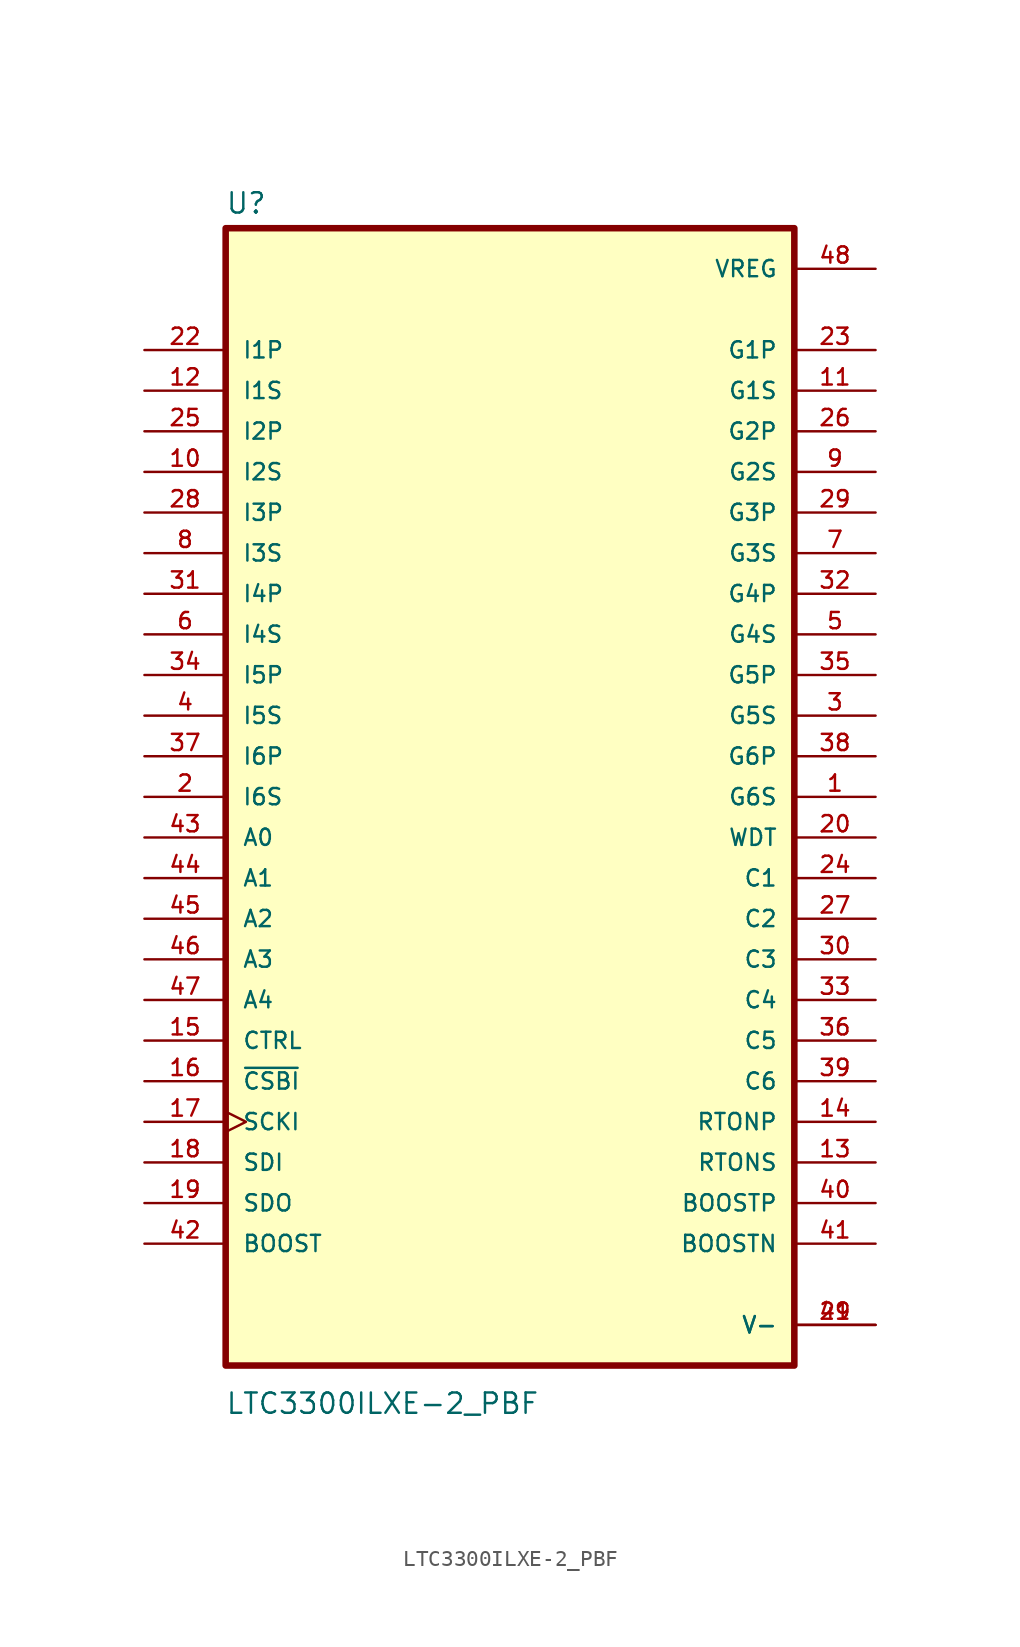
<source format=kicad_sym>
(kicad_symbol_lib
  (version 20231120)
  (generator "kicad_symbol_editor")
  (generator_version "8.0")
  (symbol "LTC3300ILXE-2_PBF"
    (pin_names
      (offset 1.016))
    (property "Reference" "U"
      (at -17.806 36.375 0)
      (effects (font (size 1.27 1.27)) (justify left bottom)))
    (property "Value" "LTC3300ILXE-2_PBF"
      (at -17.812 -38.677 0)
      (effects (font (size 1.27 1.27)) (justify left bottom)))
    (symbol "LTC3300ILXE-2_PBF_0_0"
      (rectangle (start -17.78 35.56) (end 17.78 -35.56) (stroke (width 0.41) (type default)) (fill (type background)))
      (pin output line (at 22.86 0 180) (length 5.08) (name "G6S" (effects (font (size 1.016 1.016)))) (number "1" (effects (font (size 1.016 1.016)))))
      (pin input line (at -22.86 20.32 0) (length 5.08) (name "I2S" (effects (font (size 1.016 1.016)))) (number "10" (effects (font (size 1.016 1.016)))))
      (pin output line (at 22.86 25.4 180) (length 5.08) (name "G1S" (effects (font (size 1.016 1.016)))) (number "11" (effects (font (size 1.016 1.016)))))
      (pin input line (at -22.86 25.4 0) (length 5.08) (name "I1S" (effects (font (size 1.016 1.016)))) (number "12" (effects (font (size 1.016 1.016)))))
      (pin passive line (at 22.86 -22.86 180) (length 5.08) (name "RTONS" (effects (font (size 1.016 1.016)))) (number "13" (effects (font (size 1.016 1.016)))))
      (pin passive line (at 22.86 -20.32 180) (length 5.08) (name "RTONP" (effects (font (size 1.016 1.016)))) (number "14" (effects (font (size 1.016 1.016)))))
      (pin input line (at -22.86 -15.24 0) (length 5.08) (name "CTRL" (effects (font (size 1.016 1.016)))) (number "15" (effects (font (size 1.016 1.016)))))
      (pin input line (at -22.86 -17.78 0) (length 5.08) (name "~{CSBI}" (effects (font (size 1.016 1.016)))) (number "16" (effects (font (size 1.016 1.016)))))
      (pin input clock (at -22.86 -20.32 0) (length 5.08) (name "SCKI" (effects (font (size 1.016 1.016)))) (number "17" (effects (font (size 1.016 1.016)))))
      (pin input line (at -22.86 -22.86 0) (length 5.08) (name "SDI" (effects (font (size 1.016 1.016)))) (number "18" (effects (font (size 1.016 1.016)))))
      (pin output line (at -22.86 -25.4 0) (length 5.08) (name "SDO" (effects (font (size 1.016 1.016)))) (number "19" (effects (font (size 1.016 1.016)))))
      (pin input line (at -22.86 0 0) (length 5.08) (name "I6S" (effects (font (size 1.016 1.016)))) (number "2" (effects (font (size 1.016 1.016)))))
      (pin output line (at 22.86 -2.54 180) (length 5.08) (name "WDT" (effects (font (size 1.016 1.016)))) (number "20" (effects (font (size 1.016 1.016)))))
      (pin power_in line (at 22.86 -33.02 180) (length 5.08) (name "V-" (effects (font (size 1.016 1.016)))) (number "21" (effects (font (size 1.016 1.016)))))
      (pin input line (at -22.86 27.94 0) (length 5.08) (name "I1P" (effects (font (size 1.016 1.016)))) (number "22" (effects (font (size 1.016 1.016)))))
      (pin output line (at 22.86 27.94 180) (length 5.08) (name "G1P" (effects (font (size 1.016 1.016)))) (number "23" (effects (font (size 1.016 1.016)))))
      (pin passive line (at 22.86 -5.08 180) (length 5.08) (name "C1" (effects (font (size 1.016 1.016)))) (number "24" (effects (font (size 1.016 1.016)))))
      (pin input line (at -22.86 22.86 0) (length 5.08) (name "I2P" (effects (font (size 1.016 1.016)))) (number "25" (effects (font (size 1.016 1.016)))))
      (pin output line (at 22.86 22.86 180) (length 5.08) (name "G2P" (effects (font (size 1.016 1.016)))) (number "26" (effects (font (size 1.016 1.016)))))
      (pin passive line (at 22.86 -7.62 180) (length 5.08) (name "C2" (effects (font (size 1.016 1.016)))) (number "27" (effects (font (size 1.016 1.016)))))
      (pin input line (at -22.86 17.78 0) (length 5.08) (name "I3P" (effects (font (size 1.016 1.016)))) (number "28" (effects (font (size 1.016 1.016)))))
      (pin output line (at 22.86 17.78 180) (length 5.08) (name "G3P" (effects (font (size 1.016 1.016)))) (number "29" (effects (font (size 1.016 1.016)))))
      (pin output line (at 22.86 5.08 180) (length 5.08) (name "G5S" (effects (font (size 1.016 1.016)))) (number "3" (effects (font (size 1.016 1.016)))))
      (pin passive line (at 22.86 -10.16 180) (length 5.08) (name "C3" (effects (font (size 1.016 1.016)))) (number "30" (effects (font (size 1.016 1.016)))))
      (pin input line (at -22.86 12.7 0) (length 5.08) (name "I4P" (effects (font (size 1.016 1.016)))) (number "31" (effects (font (size 1.016 1.016)))))
      (pin output line (at 22.86 12.7 180) (length 5.08) (name "G4P" (effects (font (size 1.016 1.016)))) (number "32" (effects (font (size 1.016 1.016)))))
      (pin passive line (at 22.86 -12.7 180) (length 5.08) (name "C4" (effects (font (size 1.016 1.016)))) (number "33" (effects (font (size 1.016 1.016)))))
      (pin input line (at -22.86 7.62 0) (length 5.08) (name "I5P" (effects (font (size 1.016 1.016)))) (number "34" (effects (font (size 1.016 1.016)))))
      (pin output line (at 22.86 7.62 180) (length 5.08) (name "G5P" (effects (font (size 1.016 1.016)))) (number "35" (effects (font (size 1.016 1.016)))))
      (pin passive line (at 22.86 -15.24 180) (length 5.08) (name "C5" (effects (font (size 1.016 1.016)))) (number "36" (effects (font (size 1.016 1.016)))))
      (pin input line (at -22.86 2.54 0) (length 5.08) (name "I6P" (effects (font (size 1.016 1.016)))) (number "37" (effects (font (size 1.016 1.016)))))
      (pin output line (at 22.86 2.54 180) (length 5.08) (name "G6P" (effects (font (size 1.016 1.016)))) (number "38" (effects (font (size 1.016 1.016)))))
      (pin passive line (at 22.86 -17.78 180) (length 5.08) (name "C6" (effects (font (size 1.016 1.016)))) (number "39" (effects (font (size 1.016 1.016)))))
      (pin input line (at -22.86 5.08 0) (length 5.08) (name "I5S" (effects (font (size 1.016 1.016)))) (number "4" (effects (font (size 1.016 1.016)))))
      (pin passive line (at 22.86 -25.4 180) (length 5.08) (name "BOOSTP" (effects (font (size 1.016 1.016)))) (number "40" (effects (font (size 1.016 1.016)))))
      (pin passive line (at 22.86 -27.94 180) (length 5.08) (name "BOOSTN" (effects (font (size 1.016 1.016)))) (number "41" (effects (font (size 1.016 1.016)))))
      (pin input line (at -22.86 -27.94 0) (length 5.08) (name "BOOST" (effects (font (size 1.016 1.016)))) (number "42" (effects (font (size 1.016 1.016)))))
      (pin input line (at -22.86 -2.54 0) (length 5.08) (name "A0" (effects (font (size 1.016 1.016)))) (number "43" (effects (font (size 1.016 1.016)))))
      (pin input line (at -22.86 -5.08 0) (length 5.08) (name "A1" (effects (font (size 1.016 1.016)))) (number "44" (effects (font (size 1.016 1.016)))))
      (pin input line (at -22.86 -7.62 0) (length 5.08) (name "A2" (effects (font (size 1.016 1.016)))) (number "45" (effects (font (size 1.016 1.016)))))
      (pin input line (at -22.86 -10.16 0) (length 5.08) (name "A3" (effects (font (size 1.016 1.016)))) (number "46" (effects (font (size 1.016 1.016)))))
      (pin input line (at -22.86 -12.7 0) (length 5.08) (name "A4" (effects (font (size 1.016 1.016)))) (number "47" (effects (font (size 1.016 1.016)))))
      (pin power_in line (at 22.86 33.02 180) (length 5.08) (name "VREG" (effects (font (size 1.016 1.016)))) (number "48" (effects (font (size 1.016 1.016)))))
      (pin power_in line (at 22.86 -33.02 180) (length 5.08) (name "V-" (effects (font (size 1.016 1.016)))) (number "49" (effects (font (size 1.016 1.016)))))
      (pin output line (at 22.86 10.16 180) (length 5.08) (name "G4S" (effects (font (size 1.016 1.016)))) (number "5" (effects (font (size 1.016 1.016)))))
      (pin input line (at -22.86 10.16 0) (length 5.08) (name "I4S" (effects (font (size 1.016 1.016)))) (number "6" (effects (font (size 1.016 1.016)))))
      (pin output line (at 22.86 15.24 180) (length 5.08) (name "G3S" (effects (font (size 1.016 1.016)))) (number "7" (effects (font (size 1.016 1.016)))))
      (pin input line (at -22.86 15.24 0) (length 5.08) (name "I3S" (effects (font (size 1.016 1.016)))) (number "8" (effects (font (size 1.016 1.016)))))
      (pin output line (at 22.86 20.32 180) (length 5.08) (name "G2S" (effects (font (size 1.016 1.016)))) (number "9" (effects (font (size 1.016 1.016))))))))
</source>
